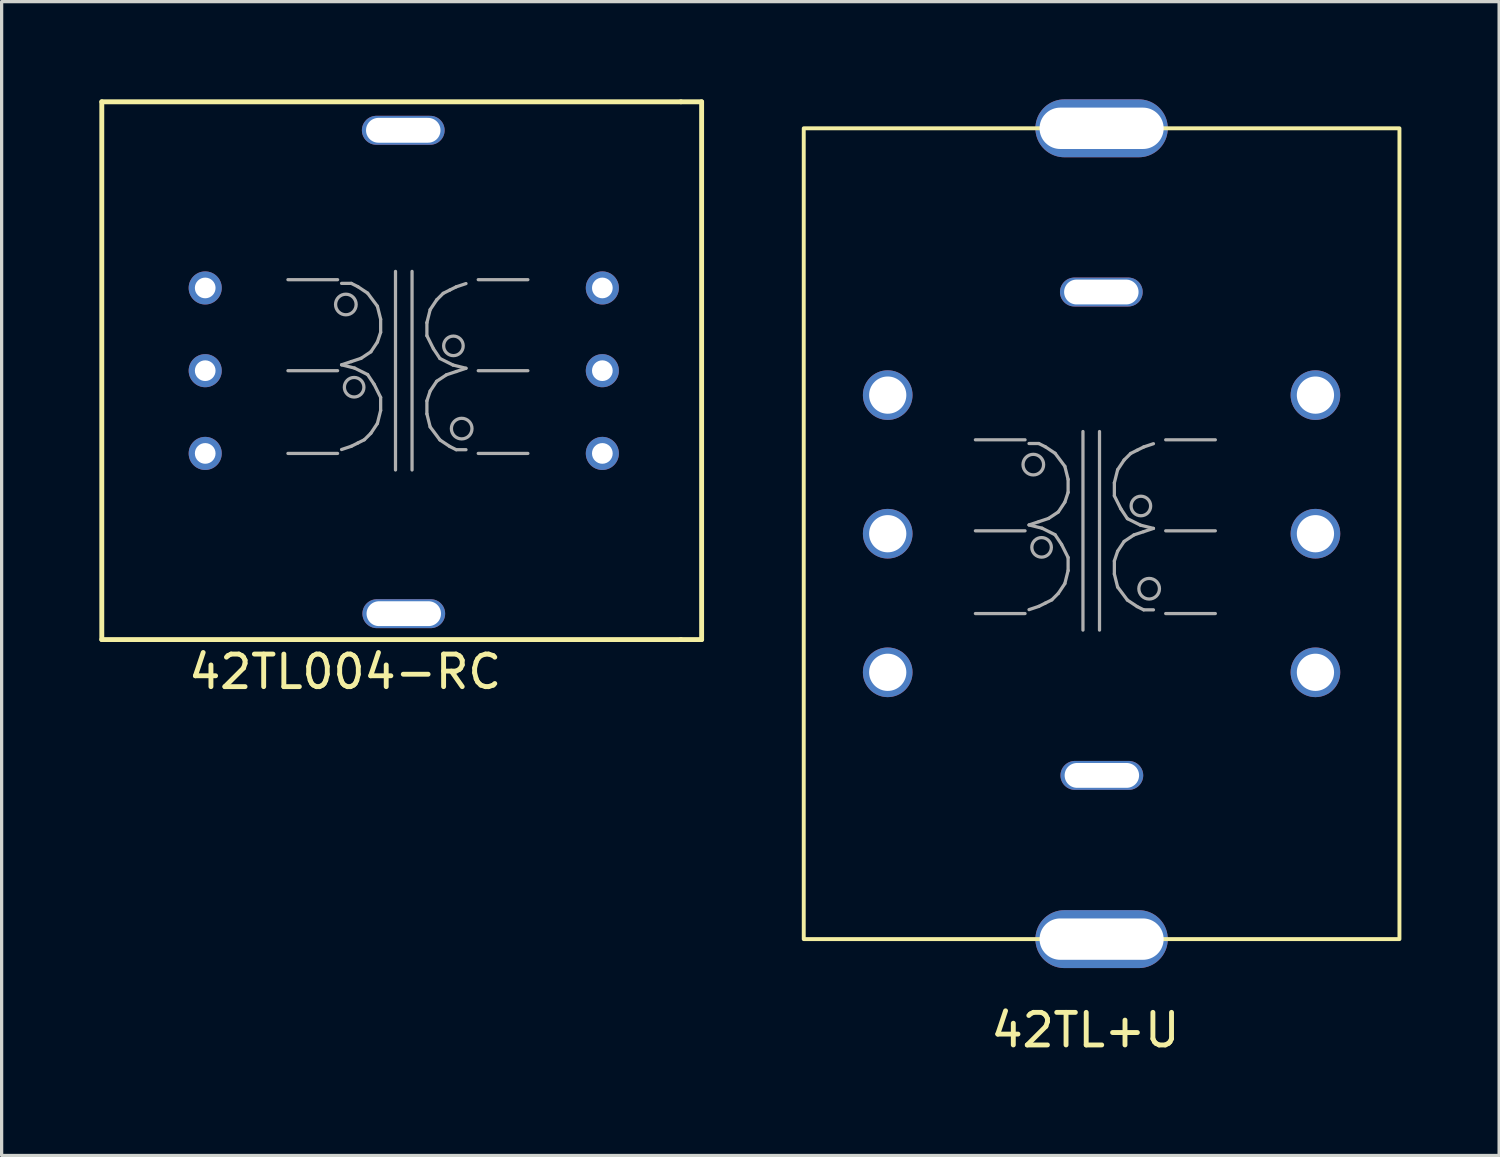
<source format=kicad_pcb>
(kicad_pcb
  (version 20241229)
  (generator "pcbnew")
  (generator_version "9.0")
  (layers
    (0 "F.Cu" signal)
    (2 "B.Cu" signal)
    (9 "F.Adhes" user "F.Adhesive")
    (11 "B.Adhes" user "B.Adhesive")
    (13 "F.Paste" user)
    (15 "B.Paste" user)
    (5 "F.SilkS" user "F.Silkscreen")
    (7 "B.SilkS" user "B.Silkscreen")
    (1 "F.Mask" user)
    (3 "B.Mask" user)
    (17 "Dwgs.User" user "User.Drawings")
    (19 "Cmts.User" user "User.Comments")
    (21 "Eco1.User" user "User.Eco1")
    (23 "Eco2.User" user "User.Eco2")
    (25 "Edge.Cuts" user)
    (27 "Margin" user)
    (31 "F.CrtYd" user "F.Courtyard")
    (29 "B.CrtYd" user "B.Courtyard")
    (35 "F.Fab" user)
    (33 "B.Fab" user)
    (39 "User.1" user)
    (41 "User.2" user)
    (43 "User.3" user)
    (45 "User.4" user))
  (footprint "42TL+U"
    (layer "F.Cu")
    (at 30.413 13.335)
    (property "Reference" "42TL+U" (at -0.14 15.24 0) (layer "F.SilkS") (effects (font (size 1 1) (thickness 0.15))))
    (attr through_hole)
    (fp_rect (start 9.5 12.446) (end -8.788 -12.446) (stroke (width 0.12) (type solid)) (fill no) (layer "F.SilkS"))
    (fp_line (start -1.994 -2.883) (end -3.518 -2.883) (stroke (width 0.1) (type solid)) (layer "F.Fab"))
    (fp_line (start -1.994 -0.089) (end -3.518 -0.089) (stroke (width 0.1) (type solid)) (layer "F.Fab"))
    (fp_line (start -1.994 2.451) (end -3.518 2.451) (stroke (width 0.1) (type solid)) (layer "F.Fab"))
    (fp_line (start -1.872 -2.769) (end -1.572 -2.769) (stroke (width 0.1) (type solid)) (layer "F.Fab"))
    (fp_line (start -1.872 -0.269) (end -1.472 -0.169) (stroke (width 0.1) (type solid)) (layer "F.Fab"))
    (fp_line (start -1.572 -2.769) (end -1.372 -2.669) (stroke (width 0.1) (type solid)) (layer "F.Fab"))
    (fp_line (start -1.572 -0.369) (end -1.872 -0.269) (stroke (width 0.1) (type solid)) (layer "F.Fab"))
    (fp_line (start -1.572 2.231) (end -1.872 2.331) (stroke (width 0.1) (type solid)) (layer "F.Fab"))
    (fp_line (start -1.472 -0.169) (end -1.072 0.031) (stroke (width 0.1) (type solid)) (layer "F.Fab"))
    (fp_line (start -1.372 -2.669) (end -1.072 -2.469) (stroke (width 0.1) (type solid)) (layer "F.Fab"))
    (fp_line (start -1.372 2.131) (end -1.572 2.231) (stroke (width 0.1) (type solid)) (layer "F.Fab"))
    (fp_line (start -1.272 -0.469) (end -1.572 -0.369) (stroke (width 0.1) (type solid)) (layer "F.Fab"))
    (fp_line (start -1.172 2.031) (end -1.372 2.131) (stroke (width 0.1) (type solid)) (layer "F.Fab"))
    (fp_line (start -1.072 -2.469) (end -0.772 -2.069) (stroke (width 0.1) (type solid)) (layer "F.Fab"))
    (fp_line (start -1.072 0.031) (end -0.872 0.331) (stroke (width 0.1) (type solid)) (layer "F.Fab"))
    (fp_line (start -0.972 -0.669) (end -1.272 -0.469) (stroke (width 0.1) (type solid)) (layer "F.Fab"))
    (fp_line (start -0.972 1.831) (end -1.172 2.031) (stroke (width 0.1) (type solid)) (layer "F.Fab"))
    (fp_line (start -0.872 0.331) (end -0.672 0.731) (stroke (width 0.1) (type solid)) (layer "F.Fab"))
    (fp_line (start -0.772 -2.069) (end -0.672 -1.669) (stroke (width 0.1) (type solid)) (layer "F.Fab"))
    (fp_line (start -0.772 -0.969) (end -0.972 -0.669) (stroke (width 0.1) (type solid)) (layer "F.Fab"))
    (fp_line (start -0.772 1.531) (end -0.972 1.831) (stroke (width 0.1) (type solid)) (layer "F.Fab"))
    (fp_line (start -0.672 -1.669) (end -0.672 -1.269) (stroke (width 0.1) (type solid)) (layer "F.Fab"))
    (fp_line (start -0.672 -1.269) (end -0.772 -0.969) (stroke (width 0.1) (type solid)) (layer "F.Fab"))
    (fp_line (start -0.672 0.731) (end -0.672 1.131) (stroke (width 0.1) (type solid)) (layer "F.Fab"))
    (fp_line (start -0.672 1.131) (end -0.772 1.531) (stroke (width 0.1) (type solid)) (layer "F.Fab"))
    (fp_line (start -0.216 2.959) (end -0.216 -3.137) (stroke (width 0.1) (type solid)) (layer "F.Fab"))
    (fp_line (start 0.292 2.959) (end 0.292 -3.137) (stroke (width 0.1) (type solid)) (layer "F.Fab"))
    (fp_line (start 0.748 -1.563) (end 0.848 -1.963) (stroke (width 0.1) (type solid)) (layer "F.Fab"))
    (fp_line (start 0.748 -1.163) (end 0.748 -1.563) (stroke (width 0.1) (type solid)) (layer "F.Fab"))
    (fp_line (start 0.748 0.837) (end 0.848 0.537) (stroke (width 0.1) (type solid)) (layer "F.Fab"))
    (fp_line (start 0.748 1.237) (end 0.748 0.837) (stroke (width 0.1) (type solid)) (layer "F.Fab"))
    (fp_line (start 0.848 -1.963) (end 1.048 -2.263) (stroke (width 0.1) (type solid)) (layer "F.Fab"))
    (fp_line (start 0.848 0.537) (end 1.048 0.237) (stroke (width 0.1) (type solid)) (layer "F.Fab"))
    (fp_line (start 0.848 1.637) (end 0.748 1.237) (stroke (width 0.1) (type solid)) (layer "F.Fab"))
    (fp_line (start 0.948 -0.763) (end 0.748 -1.163) (stroke (width 0.1) (type solid)) (layer "F.Fab"))
    (fp_line (start 1.048 -2.263) (end 1.248 -2.463) (stroke (width 0.1) (type solid)) (layer "F.Fab"))
    (fp_line (start 1.048 0.237) (end 1.348 0.037) (stroke (width 0.1) (type solid)) (layer "F.Fab"))
    (fp_line (start 1.148 -0.463) (end 0.948 -0.763) (stroke (width 0.1) (type solid)) (layer "F.Fab"))
    (fp_line (start 1.148 2.037) (end 0.848 1.637) (stroke (width 0.1) (type solid)) (layer "F.Fab"))
    (fp_line (start 1.248 -2.463) (end 1.448 -2.563) (stroke (width 0.1) (type solid)) (layer "F.Fab"))
    (fp_line (start 1.348 0.037) (end 1.648 -0.063) (stroke (width 0.1) (type solid)) (layer "F.Fab"))
    (fp_line (start 1.448 -2.563) (end 1.648 -2.663) (stroke (width 0.1) (type solid)) (layer "F.Fab"))
    (fp_line (start 1.448 2.237) (end 1.148 2.037) (stroke (width 0.1) (type solid)) (layer "F.Fab"))
    (fp_line (start 1.548 -0.263) (end 1.148 -0.463) (stroke (width 0.1) (type solid)) (layer "F.Fab"))
    (fp_line (start 1.648 -2.663) (end 1.948 -2.763) (stroke (width 0.1) (type solid)) (layer "F.Fab"))
    (fp_line (start 1.648 -0.063) (end 1.948 -0.163) (stroke (width 0.1) (type solid)) (layer "F.Fab"))
    (fp_line (start 1.648 2.337) (end 1.448 2.237) (stroke (width 0.1) (type solid)) (layer "F.Fab"))
    (fp_line (start 1.948 -0.163) (end 1.548 -0.263) (stroke (width 0.1) (type solid)) (layer "F.Fab"))
    (fp_line (start 1.948 2.337) (end 1.648 2.337) (stroke (width 0.1) (type solid)) (layer "F.Fab"))
    (fp_line (start 3.848 -2.883) (end 2.324 -2.883) (stroke (width 0.1) (type solid)) (layer "F.Fab"))
    (fp_line (start 3.848 -0.089) (end 2.324 -0.089) (stroke (width 0.1) (type solid)) (layer "F.Fab"))
    (fp_line (start 3.848 2.451) (end 2.324 2.451) (stroke (width 0.1) (type solid)) (layer "F.Fab"))
    (fp_circle (center -1.74 -2.121) (end -1.44 -2.221) (stroke (width 0.1) (type solid)) (fill no) (layer "F.Fab"))
    (fp_circle (center -1.486 0.419) (end -1.186 0.419) (stroke (width 0.1) (type solid)) (fill no) (layer "F.Fab"))
    (fp_circle (center 1.562 -0.851) (end 1.262 -0.851) (stroke (width 0.1) (type solid)) (fill no) (layer "F.Fab"))
    (fp_circle (center 1.816 1.689) (end 1.516 1.789) (stroke (width 0.1) (type solid)) (fill no) (layer "F.Fab"))
    (pad "" thru_hole oval (at 0.348 -7.42 180) (size 2.54 0.889) (drill oval 2.286 0.762) (layers "*.Cu" "*.Mask"))
    (pad "" thru_hole oval (at 0.356 -12.446 180) (size 4.064 1.778) (drill oval 3.81 1.27) (layers "*.Cu" "*.Mask"))
    (pad "" thru_hole oval (at 0.356 12.446 180) (size 4.064 1.778) (drill oval 3.81 1.27) (layers "*.Cu" "*.Mask"))
    (pad "" thru_hole oval (at 0.364 7.42 180) (size 2.54 0.889) (drill oval 2.286 0.762) (layers "*.Cu" "*.Mask"))
    (pad "1" thru_hole circle (at -6.21 -4.255 90) (size 1.524 1.524) (drill 1.143) (layers "*.Cu" "*.Mask"))
    (pad "2" thru_hole circle (at -6.21 0 90) (size 1.524 1.524) (drill 1.143) (layers "*.Cu" "*.Mask"))
    (pad "3" thru_hole circle (at -6.21 4.255 90) (size 1.524 1.524) (drill 1.143) (layers "*.Cu" "*.Mask"))
    (pad "4" thru_hole circle (at 6.921 4.255 90) (size 1.524 1.524) (drill 1.143) (layers "*.Cu" "*.Mask"))
    (pad "5" thru_hole circle (at 6.921 0 90) (size 1.524 1.524) (drill 1.143) (layers "*.Cu" "*.Mask"))
    (pad "6" thru_hole circle (at 6.921 -4.255 90) (size 1.524 1.524) (drill 1.143) (layers "*.Cu" "*.Mask")))
  (footprint "42TL004-RC"
    (layer "F.Cu")
    (at 8.965 7.695)
    (property "Reference" "42TL004-RC" (at -1.42 9.88 0) (layer "F.SilkS") (effects (font (size 1 1) (thickness 0.15))))
    (attr through_hole)
    (fp_line (start -8.89 -7.62) (end 8.89 -7.62) (stroke (width 0.15) (type solid)) (layer "F.SilkS"))
    (fp_line (start -8.89 8.89) (end -8.89 -7.62) (stroke (width 0.15) (type solid)) (layer "F.SilkS"))
    (fp_line (start 8.89 8.89) (end -8.89 8.89) (stroke (width 0.15) (type solid)) (layer "F.SilkS"))
    (fp_line (start 8.89 8.89) (end 9.525 8.89) (stroke (width 0.15) (type solid)) (layer "F.SilkS"))
    (fp_line (start 9.525 -7.62) (end 8.89 -7.62) (stroke (width 0.15) (type solid)) (layer "F.SilkS"))
    (fp_line (start 9.525 8.89) (end 9.525 -7.62) (stroke (width 0.15) (type solid)) (layer "F.SilkS"))
    (fp_line (start -1.651 -2.159) (end -3.175 -2.159) (stroke (width 0.1) (type solid)) (layer "F.Fab"))
    (fp_line (start -1.651 0.635) (end -3.175 0.635) (stroke (width 0.1) (type solid)) (layer "F.Fab"))
    (fp_line (start -1.651 3.175) (end -3.175 3.175) (stroke (width 0.1) (type solid)) (layer "F.Fab"))
    (fp_line (start -1.529 -2.045) (end -1.229 -2.045) (stroke (width 0.1) (type solid)) (layer "F.Fab"))
    (fp_line (start -1.529 0.455) (end -1.129 0.555) (stroke (width 0.1) (type solid)) (layer "F.Fab"))
    (fp_line (start -1.229 -2.045) (end -1.029 -1.945) (stroke (width 0.1) (type solid)) (layer "F.Fab"))
    (fp_line (start -1.229 0.355) (end -1.529 0.455) (stroke (width 0.1) (type solid)) (layer "F.Fab"))
    (fp_line (start -1.229 2.955) (end -1.529 3.055) (stroke (width 0.1) (type solid)) (layer "F.Fab"))
    (fp_line (start -1.129 0.555) (end -0.729 0.755) (stroke (width 0.1) (type solid)) (layer "F.Fab"))
    (fp_line (start -1.029 -1.945) (end -0.729 -1.745) (stroke (width 0.1) (type solid)) (layer "F.Fab"))
    (fp_line (start -1.029 2.855) (end -1.229 2.955) (stroke (width 0.1) (type solid)) (layer "F.Fab"))
    (fp_line (start -0.929 0.255) (end -1.229 0.355) (stroke (width 0.1) (type solid)) (layer "F.Fab"))
    (fp_line (start -0.829 2.755) (end -1.029 2.855) (stroke (width 0.1) (type solid)) (layer "F.Fab"))
    (fp_line (start -0.729 -1.745) (end -0.429 -1.345) (stroke (width 0.1) (type solid)) (layer "F.Fab"))
    (fp_line (start -0.729 0.755) (end -0.529 1.055) (stroke (width 0.1) (type solid)) (layer "F.Fab"))
    (fp_line (start -0.629 0.055) (end -0.929 0.255) (stroke (width 0.1) (type solid)) (layer "F.Fab"))
    (fp_line (start -0.629 2.555) (end -0.829 2.755) (stroke (width 0.1) (type solid)) (layer "F.Fab"))
    (fp_line (start -0.529 1.055) (end -0.329 1.455) (stroke (width 0.1) (type solid)) (layer "F.Fab"))
    (fp_line (start -0.429 -1.345) (end -0.329 -0.945) (stroke (width 0.1) (type solid)) (layer "F.Fab"))
    (fp_line (start -0.429 -0.245) (end -0.629 0.055) (stroke (width 0.1) (type solid)) (layer "F.Fab"))
    (fp_line (start -0.429 2.255) (end -0.629 2.555) (stroke (width 0.1) (type solid)) (layer "F.Fab"))
    (fp_line (start -0.329 -0.945) (end -0.329 -0.545) (stroke (width 0.1) (type solid)) (layer "F.Fab"))
    (fp_line (start -0.329 -0.545) (end -0.429 -0.245) (stroke (width 0.1) (type solid)) (layer "F.Fab"))
    (fp_line (start -0.329 1.455) (end -0.329 1.855) (stroke (width 0.1) (type solid)) (layer "F.Fab"))
    (fp_line (start -0.329 1.855) (end -0.429 2.255) (stroke (width 0.1) (type solid)) (layer "F.Fab"))
    (fp_line (start 0.127 3.683) (end 0.127 -2.413) (stroke (width 0.1) (type solid)) (layer "F.Fab"))
    (fp_line (start 0.635 3.683) (end 0.635 -2.413) (stroke (width 0.1) (type solid)) (layer "F.Fab"))
    (fp_line (start 1.091 -0.839) (end 1.191 -1.239) (stroke (width 0.1) (type solid)) (layer "F.Fab"))
    (fp_line (start 1.091 -0.439) (end 1.091 -0.839) (stroke (width 0.1) (type solid)) (layer "F.Fab"))
    (fp_line (start 1.091 1.561) (end 1.191 1.261) (stroke (width 0.1) (type solid)) (layer "F.Fab"))
    (fp_line (start 1.091 1.961) (end 1.091 1.561) (stroke (width 0.1) (type solid)) (layer "F.Fab"))
    (fp_line (start 1.191 -1.239) (end 1.391 -1.539) (stroke (width 0.1) (type solid)) (layer "F.Fab"))
    (fp_line (start 1.191 1.261) (end 1.391 0.961) (stroke (width 0.1) (type solid)) (layer "F.Fab"))
    (fp_line (start 1.191 2.361) (end 1.091 1.961) (stroke (width 0.1) (type solid)) (layer "F.Fab"))
    (fp_line (start 1.291 -0.039) (end 1.091 -0.439) (stroke (width 0.1) (type solid)) (layer "F.Fab"))
    (fp_line (start 1.391 -1.539) (end 1.591 -1.739) (stroke (width 0.1) (type solid)) (layer "F.Fab"))
    (fp_line (start 1.391 0.961) (end 1.691 0.761) (stroke (width 0.1) (type solid)) (layer "F.Fab"))
    (fp_line (start 1.491 0.261) (end 1.291 -0.039) (stroke (width 0.1) (type solid)) (layer "F.Fab"))
    (fp_line (start 1.491 2.761) (end 1.191 2.361) (stroke (width 0.1) (type solid)) (layer "F.Fab"))
    (fp_line (start 1.591 -1.739) (end 1.791 -1.839) (stroke (width 0.1) (type solid)) (layer "F.Fab"))
    (fp_line (start 1.691 0.761) (end 1.991 0.661) (stroke (width 0.1) (type solid)) (layer "F.Fab"))
    (fp_line (start 1.791 -1.839) (end 1.991 -1.939) (stroke (width 0.1) (type solid)) (layer "F.Fab"))
    (fp_line (start 1.791 2.961) (end 1.491 2.761) (stroke (width 0.1) (type solid)) (layer "F.Fab"))
    (fp_line (start 1.891 0.461) (end 1.491 0.261) (stroke (width 0.1) (type solid)) (layer "F.Fab"))
    (fp_line (start 1.991 -1.939) (end 2.291 -2.039) (stroke (width 0.1) (type solid)) (layer "F.Fab"))
    (fp_line (start 1.991 0.661) (end 2.291 0.561) (stroke (width 0.1) (type solid)) (layer "F.Fab"))
    (fp_line (start 1.991 3.061) (end 1.791 2.961) (stroke (width 0.1) (type solid)) (layer "F.Fab"))
    (fp_line (start 2.291 0.561) (end 1.891 0.461) (stroke (width 0.1) (type solid)) (layer "F.Fab"))
    (fp_line (start 2.291 3.061) (end 1.991 3.061) (stroke (width 0.1) (type solid)) (layer "F.Fab"))
    (fp_line (start 4.191 -2.159) (end 2.667 -2.159) (stroke (width 0.1) (type solid)) (layer "F.Fab"))
    (fp_line (start 4.191 0.635) (end 2.667 0.635) (stroke (width 0.1) (type solid)) (layer "F.Fab"))
    (fp_line (start 4.191 3.175) (end 2.667 3.175) (stroke (width 0.1) (type solid)) (layer "F.Fab"))
    (fp_circle (center -1.397 -1.397) (end -1.097 -1.497) (stroke (width 0.1) (type solid)) (fill no) (layer "F.Fab"))
    (fp_circle (center -1.143 1.143) (end -0.843 1.143) (stroke (width 0.1) (type solid)) (fill no) (layer "F.Fab"))
    (fp_circle (center 1.905 -0.127) (end 1.605 -0.127) (stroke (width 0.1) (type solid)) (fill no) (layer "F.Fab"))
    (fp_circle (center 2.159 2.413) (end 1.859 2.513) (stroke (width 0.1) (type solid)) (fill no) (layer "F.Fab"))
    (pad "" thru_hole oval (at 0.365 -6.745 180) (size 2.54 0.889) (drill oval 2.286 0.762) (layers "*.Cu" "*.Mask"))
    (pad "" thru_hole oval (at 0.381 8.095 180) (size 2.54 0.889) (drill oval 2.286 0.762) (layers "*.Cu" "*.Mask"))
    (pad "1" thru_hole circle (at -5.715 -1.905 90) (size 1.016 1.016) (drill 0.635) (layers "*.Cu" "*.Mask"))
    (pad "2" thru_hole circle (at -5.715 0.635 90) (size 1.016 1.016) (drill 0.635) (layers "*.Cu" "*.Mask"))
    (pad "3" thru_hole circle (at -5.715 3.175 90) (size 1.016 1.016) (drill 0.635) (layers "*.Cu" "*.Mask"))
    (pad "4" thru_hole circle (at 6.477 3.175 90) (size 1.016 1.016) (drill 0.635) (layers "*.Cu" "*.Mask"))
    (pad "5" thru_hole circle (at 6.477 0.635 90) (size 1.016 1.016) (drill 0.635) (layers "*.Cu" "*.Mask"))
    (pad "6" thru_hole circle (at 6.477 -1.905 90) (size 1.016 1.016) (drill 0.635) (layers "*.Cu" "*.Mask")))
  (gr_rect
    (start -3 -3)
    (end 42.973 32.423)
    (stroke (width 0.1) (type default))
    (fill no)
    (layer "Edge.Cuts")))
</source>
